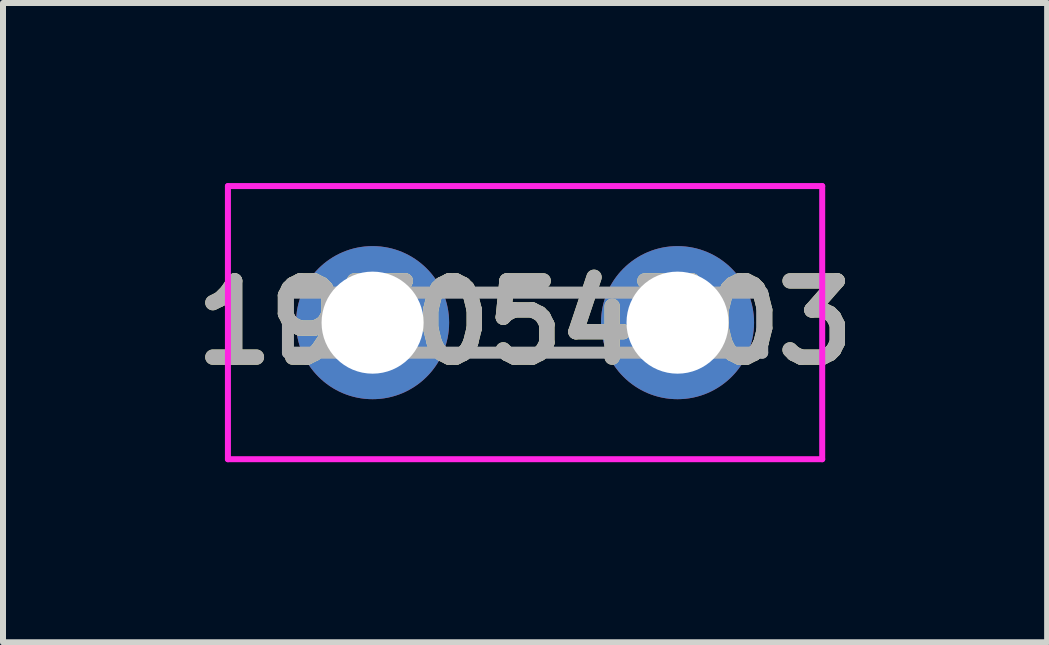
<source format=kicad_pcb>
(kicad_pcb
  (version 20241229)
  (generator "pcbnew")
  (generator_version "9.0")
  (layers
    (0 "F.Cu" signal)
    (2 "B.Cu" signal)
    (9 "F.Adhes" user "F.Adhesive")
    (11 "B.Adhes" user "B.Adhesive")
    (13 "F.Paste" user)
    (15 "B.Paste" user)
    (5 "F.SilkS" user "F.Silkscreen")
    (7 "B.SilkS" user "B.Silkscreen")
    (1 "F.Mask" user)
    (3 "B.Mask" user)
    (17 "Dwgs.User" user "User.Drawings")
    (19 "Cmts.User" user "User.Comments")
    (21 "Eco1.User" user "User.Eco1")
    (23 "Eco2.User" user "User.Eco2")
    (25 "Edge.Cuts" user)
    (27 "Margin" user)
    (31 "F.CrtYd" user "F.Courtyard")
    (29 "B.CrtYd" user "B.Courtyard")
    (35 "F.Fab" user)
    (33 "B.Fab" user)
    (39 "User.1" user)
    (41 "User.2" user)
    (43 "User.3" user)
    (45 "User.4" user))
  (footprint "197054303"
    (layer "F.Cu")
    (at 3.157 2.325)
    (property "Reference" "197054303" (at 2.54 0 0) (layer "F.SilkS") (effects (font (size 1.27 1.27) (thickness 0.254))))
    (attr through_hole)
    (fp_line (start 1.74 -0.5) (end 3.34 -0.5) (stroke (width 0.1) (type solid)) (layer "F.SilkS"))
    (fp_line (start 1.74 0.5) (end 3.34 0.5) (stroke (width 0.1) (type solid)) (layer "F.SilkS"))
    (fp_line (start -2.41 -2.275) (end 7.49 -2.275) (stroke (width 0.1) (type solid)) (layer "F.CrtYd"))
    (fp_line (start -2.41 2.275) (end -2.41 -2.275) (stroke (width 0.1) (type solid)) (layer "F.CrtYd"))
    (fp_line (start 7.49 -2.275) (end 7.49 2.275) (stroke (width 0.1) (type solid)) (layer "F.CrtYd"))
    (fp_line (start 7.49 2.275) (end -2.41 2.275) (stroke (width 0.1) (type solid)) (layer "F.CrtYd"))
    (fp_line (start -1.41 -0.5) (end 6.49 -0.5) (stroke (width 0.2) (type solid)) (layer "F.Fab"))
    (fp_line (start -1.41 0.5) (end -1.41 -0.5) (stroke (width 0.2) (type solid)) (layer "F.Fab"))
    (fp_line (start 6.49 -0.5) (end 6.49 0.5) (stroke (width 0.2) (type solid)) (layer "F.Fab"))
    (fp_line (start 6.49 0.5) (end -1.41 0.5) (stroke (width 0.2) (type solid)) (layer "F.Fab"))
    (fp_text user "${REFERENCE}" (at 2.54 0 0) (layer "F.Fab") (effects (font (size 1.27 1.27) (thickness 0.254))))
    (pad "1" thru_hole circle (at 0 0) (size 2.55 2.55) (drill 1.7) (layers "*.Cu" "*.Mask"))
    (pad "2" thru_hole circle (at 5.08 0) (size 2.55 2.55) (drill 1.7) (layers "*.Cu" "*.Mask")))
  (gr_rect
    (start -3 -3)
    (end 14.394 7.65)
    (stroke (width 0.1) (type default))
    (fill no)
    (layer "Edge.Cuts")))
</source>
